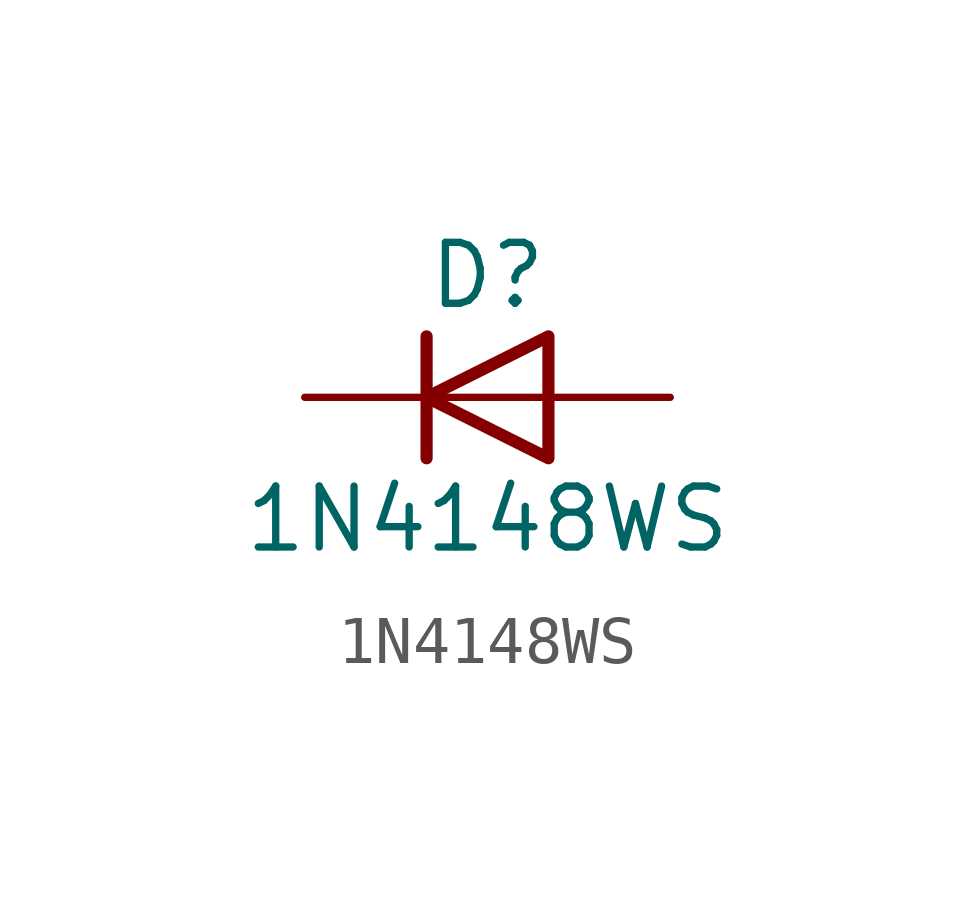
<source format=kicad_sym>
(kicad_symbol_lib
  (version 20220914)
  (generator kicad_db_lib)
  (symbol "1N4148WS"
    (pin_numbers hide)
    (pin_names
      (offset 1.016) hide)
    (property "Reference" "D"
      (at 0 2.54 0)
      (effects (font (size 1.27 1.27))))
    (property "Value" "1N4148WS"
      (at 0 -2.54 0)
      (effects (font (size 1.27 1.27))))
    (symbol "1N4148WS_0_1"
      (polyline (pts (xy -1.27 1.27) (xy -1.27 -1.27)) (stroke (width 0.254) (type default)) (fill (type none)))
      (polyline (pts (xy 1.27 0) (xy -1.27 0)) (stroke (width 0) (type default)) (fill (type none)))
      (polyline (pts (xy 1.27 1.27) (xy 1.27 -1.27) (xy -1.27 0) (xy 1.27 1.27)) (stroke (width 0.254) (type default)) (fill (type none))))
    (symbol "1N4148WS_1_1"
      (pin passive line (at -3.81 0 0) (length 2.54) (name "K" (effects (font (size 1.27 1.27)))) (number "1" (effects (font (size 1.27 1.27)))))
      (pin passive line (at 3.81 0 180) (length 2.54) (name "A" (effects (font (size 1.27 1.27)))) (number "2" (effects (font (size 1.27 1.27))))))))
</source>
